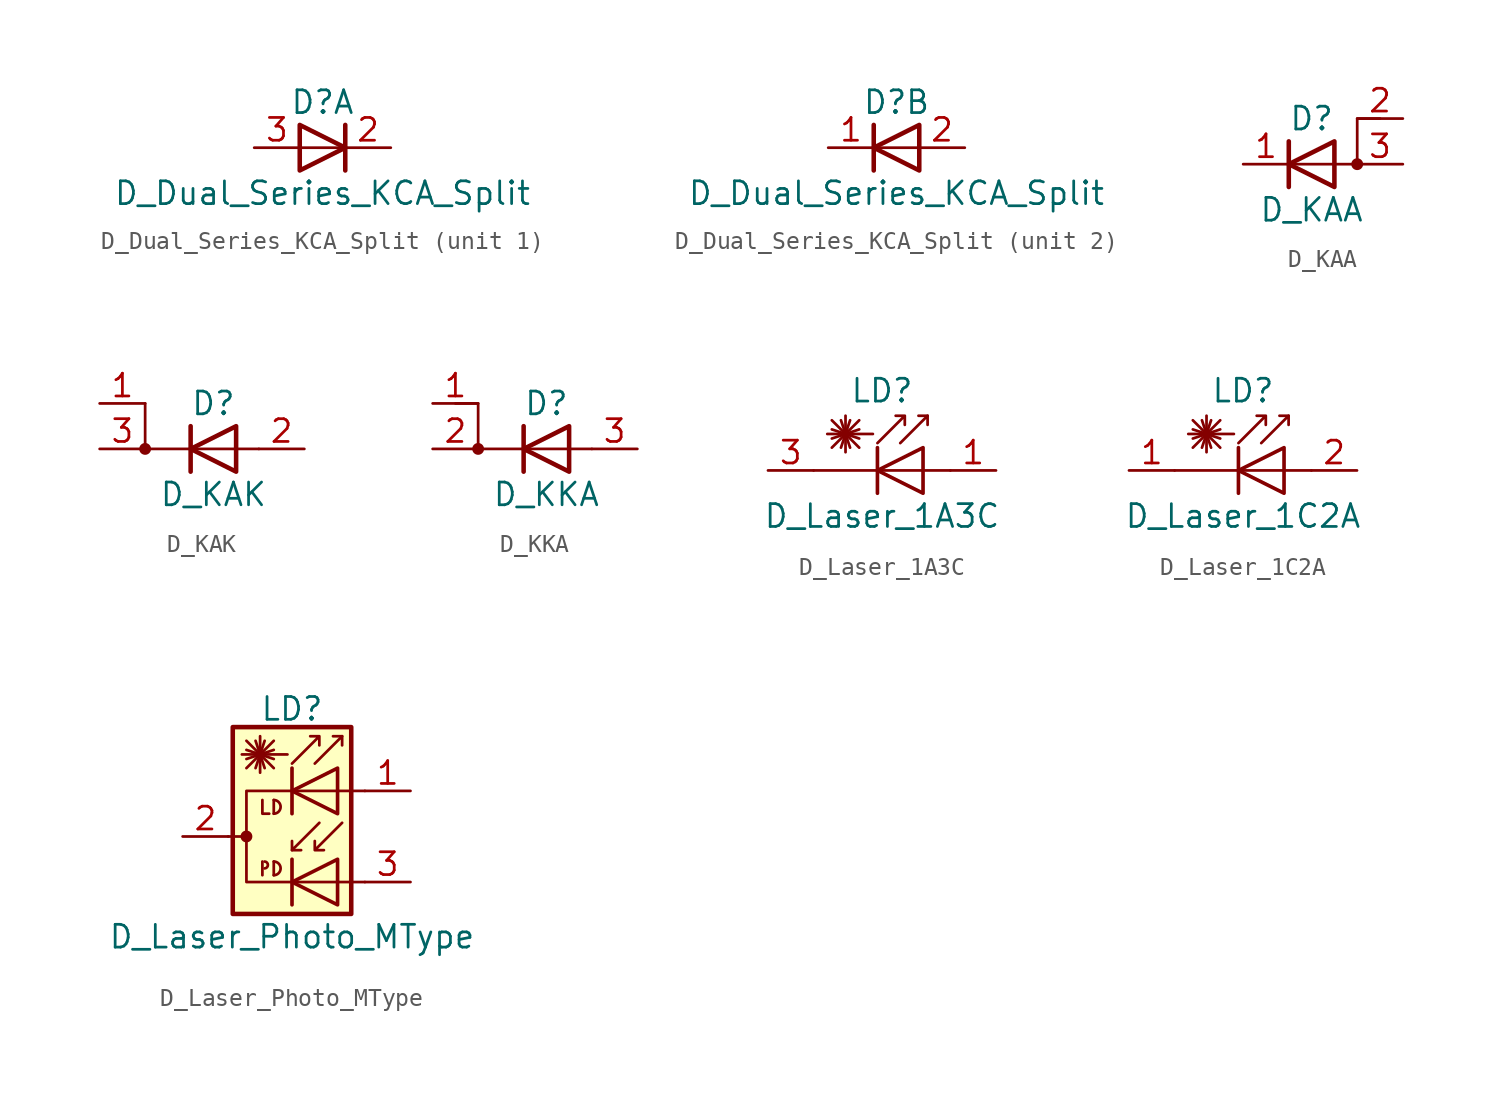
<source format=kicad_sym>
(kicad_symbol_lib
  (version 20241209)
  (generator "kicad_symbol_editor")
  (generator_version "9.0")
  (symbol "D_Dual_Series_KCA_Split"
    (pin_names
      (offset 0.762)
      (hide yes))
    (property "Reference" "D"
      (at 0 2.54 0)
      (effects (font (size 1.27 1.27))))
    (property "Value" "D_Dual_Series_KCA_Split"
      (at 0 -2.54 0)
      (effects (font (size 1.27 1.27))))
    (property "ki_locked" ""
      (at 0 0 0)
      (effects (font (size 1.27 1.27))))
    (symbol "D_Dual_Series_KCA_Split_0_1"
      (pin passive line (at 3.81 0 180) (length 2.54) (name "common" (effects (font (size 1.27 1.27)))) (number "2" (effects (font (size 1.27 1.27))))))
    (symbol "D_Dual_Series_KCA_Split_1_0"
      (polyline (pts (xy 1.27 1.27) (xy 1.27 -1.27)) (stroke (width 0.254) (type default)) (fill (type none))))
    (symbol "D_Dual_Series_KCA_Split_1_1"
      (polyline (pts (xy -1.27 1.27) (xy 1.27 0) (xy -1.27 -1.27) (xy -1.27 1.27) (xy -1.27 1.27) (xy -1.27 1.27)) (stroke (width 0.254) (type default)) (fill (type none)))
      (polyline (pts (xy 1.27 0) (xy -1.27 0)) (stroke (width 0) (type default)) (fill (type none)))
      (pin passive line (at -3.81 0 0) (length 2.54) (name "A" (effects (font (size 1.27 1.27)))) (number "3" (effects (font (size 1.27 1.27))))))
    (symbol "D_Dual_Series_KCA_Split_2_0"
      (polyline (pts (xy -1.27 1.27) (xy -1.27 -1.27)) (stroke (width 0.254) (type default)) (fill (type none))))
    (symbol "D_Dual_Series_KCA_Split_2_1"
      (polyline (pts (xy -1.27 0) (xy 1.27 0)) (stroke (width 0) (type default)) (fill (type none)))
      (polyline (pts (xy 1.27 1.27) (xy -1.27 0) (xy 1.27 -1.27) (xy 1.27 1.27) (xy 1.27 1.27) (xy 1.27 1.27)) (stroke (width 0.254) (type default)) (fill (type none)))
      (pin passive line (at -3.81 0 0) (length 2.54) (name "K" (effects (font (size 1.27 1.27)))) (number "1" (effects (font (size 1.27 1.27)))))))
  (symbol "D_KAA"
    (pin_names
      (offset 0)
      (hide yes))
    (property "Reference" "D"
      (at 0 2.54 0)
      (effects (font (size 1.27 1.27))))
    (property "Value" "D_KAA"
      (at 0 -2.54 0)
      (effects (font (size 1.27 1.27))))
    (symbol "D_KAA_0_1"
      (polyline (pts (xy -1.27 1.27) (xy -1.27 -1.27)) (stroke (width 0.254) (type default)) (fill (type none)))
      (polyline (pts (xy 1.27 1.27) (xy 1.27 -1.27) (xy -1.27 0) (xy 1.27 1.27)) (stroke (width 0.254) (type default)) (fill (type none)))
      (circle (center 2.54 0) (radius 0.254) (stroke (width 0) (type default)) (fill (type outline)))
      (polyline (pts (xy 3.81 2.54) (xy 2.54 2.54) (xy 2.54 0) (xy -1.27 0)) (stroke (width 0) (type default)) (fill (type none))))
    (symbol "D_KAA_1_1"
      (pin passive line (at -3.81 0 0) (length 2.54) (name "K" (effects (font (size 1.27 1.27)))) (number "1" (effects (font (size 1.27 1.27)))))
      (pin passive line (at 5.08 2.54 180) (length 2.54) (name "A" (effects (font (size 1.27 1.27)))) (number "2" (effects (font (size 1.27 1.27)))))
      (pin passive line (at 5.08 0 180) (length 2.54) (name "A" (effects (font (size 1.27 1.27)))) (number "3" (effects (font (size 1.27 1.27)))))))
  (symbol "D_KAK"
    (pin_names
      (offset 0)
      (hide yes))
    (property "Reference" "D"
      (at 0 2.54 0)
      (effects (font (size 1.27 1.27))))
    (property "Value" "D_KAK"
      (at 0 -2.54 0)
      (effects (font (size 1.27 1.27))))
    (symbol "D_KAK_0_1"
      (polyline (pts (xy -3.81 2.54) (xy -3.81 0) (xy 2.54 0)) (stroke (width 0) (type default)) (fill (type none)))
      (circle (center -3.81 0) (radius 0.254) (stroke (width 0) (type default)) (fill (type outline)))
      (polyline (pts (xy -1.27 1.27) (xy -1.27 -1.27)) (stroke (width 0.254) (type default)) (fill (type none)))
      (polyline (pts (xy 1.27 1.27) (xy 1.27 -1.27) (xy -1.27 0) (xy 1.27 1.27)) (stroke (width 0.254) (type default)) (fill (type none))))
    (symbol "D_KAK_1_1"
      (pin passive line (at -6.35 2.54 0) (length 2.54) (name "K" (effects (font (size 1.27 1.27)))) (number "1" (effects (font (size 1.27 1.27)))))
      (pin passive line (at -6.35 0 0) (length 2.54) (name "K" (effects (font (size 1.27 1.27)))) (number "3" (effects (font (size 1.27 1.27)))))
      (pin passive line (at 5.08 0 180) (length 2.54) (name "A" (effects (font (size 1.27 1.27)))) (number "2" (effects (font (size 1.27 1.27)))))))
  (symbol "D_KKA"
    (pin_names
      (offset 0)
      (hide yes))
    (property "Reference" "D"
      (at 0 2.54 0)
      (effects (font (size 1.27 1.27))))
    (property "Value" "D_KKA"
      (at 0 -2.54 0)
      (effects (font (size 1.27 1.27))))
    (symbol "D_KKA_0_1"
      (polyline (pts (xy -5.08 2.54) (xy -3.81 2.54) (xy -3.81 0) (xy 2.54 0)) (stroke (width 0) (type default)) (fill (type none)))
      (circle (center -3.81 0) (radius 0.254) (stroke (width 0) (type default)) (fill (type outline)))
      (polyline (pts (xy -1.27 1.27) (xy -1.27 -1.27)) (stroke (width 0.254) (type default)) (fill (type none)))
      (polyline (pts (xy 1.27 1.27) (xy 1.27 -1.27) (xy -1.27 0) (xy 1.27 1.27)) (stroke (width 0.254) (type default)) (fill (type none))))
    (symbol "D_KKA_1_1"
      (pin passive line (at -6.35 2.54 0) (length 2.54) (name "K" (effects (font (size 1.27 1.27)))) (number "1" (effects (font (size 1.27 1.27)))))
      (pin passive line (at -6.35 0 0) (length 2.54) (name "K" (effects (font (size 1.27 1.27)))) (number "2" (effects (font (size 1.27 1.27)))))
      (pin passive line (at 5.08 0 180) (length 2.54) (name "A" (effects (font (size 1.27 1.27)))) (number "3" (effects (font (size 1.27 1.27)))))))
  (symbol "D_Laser_1A3C"
    (pin_names
      (offset 1.016)
      (hide yes))
    (property "Reference" "LD"
      (at -1.27 4.445 0)
      (effects (font (size 1.27 1.27))))
    (property "Value" "D_Laser_1A3C"
      (at -1.27 -2.54 0)
      (effects (font (size 1.27 1.27))))
    (symbol "D_Laser_1A3C_0_1"
      (polyline (pts (xy -4.064 2.794) (xy -2.54 1.27)) (stroke (width 0) (type default)) (fill (type none)))
      (polyline (pts (xy -4.064 2.286) (xy -2.54 1.778)) (stroke (width 0) (type default)) (fill (type none)))
      (polyline (pts (xy -4.064 1.778) (xy -2.54 2.286)) (stroke (width 0) (type default)) (fill (type none)))
      (polyline (pts (xy -4.064 1.27) (xy -2.54 2.794)) (stroke (width 0) (type default)) (fill (type none)))
      (polyline (pts (xy -3.556 2.794) (xy -3.048 1.27)) (stroke (width 0) (type default)) (fill (type none)))
      (polyline (pts (xy -3.302 2.032) (xy -3.302 3.048)) (stroke (width 0) (type default)) (fill (type none)))
      (polyline (pts (xy -3.302 2.032) (xy -3.302 1.016)) (stroke (width 0) (type default)) (fill (type none)))
      (polyline (pts (xy -3.048 2.794) (xy -3.556 1.27)) (stroke (width 0) (type default)) (fill (type none)))
      (polyline (pts (xy -1.778 2.032) (xy -4.318 2.032)) (stroke (width 0) (type default)) (fill (type none)))
      (polyline (pts (xy -1.524 1.524) (xy 0 3.048) (xy 0 2.54) (xy 0 3.048) (xy -0.508 3.048)) (stroke (width 0) (type default)) (fill (type none)))
      (polyline (pts (xy -1.524 1.27) (xy -1.524 -1.27)) (stroke (width 0.203) (type default)) (fill (type none)))
      (polyline (pts (xy -0.254 1.524) (xy 1.27 3.048) (xy 1.27 2.54)) (stroke (width 0) (type default)) (fill (type none)))
      (polyline (pts (xy 1.016 1.27) (xy 1.016 -1.27) (xy -1.524 0) (xy 1.016 1.27)) (stroke (width 0.203) (type default)) (fill (type none)))
      (polyline (pts (xy 1.27 3.048) (xy 0.762 3.048)) (stroke (width 0) (type default)) (fill (type none)))
      (polyline (pts (xy 2.54 0) (xy -5.08 0)) (stroke (width 0) (type default)) (fill (type none))))
    (symbol "D_Laser_1A3C_1_1"
      (pin passive line (at -7.62 0 0) (length 2.54) (name "K" (effects (font (size 1.27 1.27)))) (number "3" (effects (font (size 1.27 1.27)))))
      (pin passive line (at 5.08 0 180) (length 2.54) (name "A" (effects (font (size 1.27 1.27)))) (number "1" (effects (font (size 1.27 1.27)))))))
  (symbol "D_Laser_1C2A"
    (pin_names
      (offset 1.016)
      (hide yes))
    (property "Reference" "LD"
      (at -1.27 4.445 0)
      (effects (font (size 1.27 1.27))))
    (property "Value" "D_Laser_1C2A"
      (at -1.27 -2.54 0)
      (effects (font (size 1.27 1.27))))
    (symbol "D_Laser_1C2A_0_1"
      (polyline (pts (xy -4.064 2.794) (xy -2.54 1.27)) (stroke (width 0) (type default)) (fill (type none)))
      (polyline (pts (xy -4.064 2.286) (xy -2.54 1.778)) (stroke (width 0) (type default)) (fill (type none)))
      (polyline (pts (xy -4.064 1.778) (xy -2.54 2.286)) (stroke (width 0) (type default)) (fill (type none)))
      (polyline (pts (xy -4.064 1.27) (xy -2.54 2.794)) (stroke (width 0) (type default)) (fill (type none)))
      (polyline (pts (xy -3.556 2.794) (xy -3.048 1.27)) (stroke (width 0) (type default)) (fill (type none)))
      (polyline (pts (xy -3.302 2.032) (xy -3.302 3.048)) (stroke (width 0) (type default)) (fill (type none)))
      (polyline (pts (xy -3.302 2.032) (xy -3.302 1.016)) (stroke (width 0) (type default)) (fill (type none)))
      (polyline (pts (xy -3.048 2.794) (xy -3.556 1.27)) (stroke (width 0) (type default)) (fill (type none)))
      (polyline (pts (xy -1.778 2.032) (xy -4.318 2.032)) (stroke (width 0) (type default)) (fill (type none)))
      (polyline (pts (xy -1.524 1.524) (xy 0 3.048) (xy 0 2.54) (xy 0 3.048) (xy -0.508 3.048)) (stroke (width 0) (type default)) (fill (type none)))
      (polyline (pts (xy -1.524 1.27) (xy -1.524 -1.27)) (stroke (width 0.203) (type default)) (fill (type none)))
      (polyline (pts (xy -0.254 1.524) (xy 1.27 3.048) (xy 1.27 2.54)) (stroke (width 0) (type default)) (fill (type none)))
      (polyline (pts (xy 1.016 1.27) (xy 1.016 -1.27) (xy -1.524 0) (xy 1.016 1.27)) (stroke (width 0.203) (type default)) (fill (type none)))
      (polyline (pts (xy 1.27 3.048) (xy 0.762 3.048)) (stroke (width 0) (type default)) (fill (type none)))
      (polyline (pts (xy 2.54 0) (xy -5.08 0)) (stroke (width 0) (type default)) (fill (type none))))
    (symbol "D_Laser_1C2A_1_1"
      (pin passive line (at -7.62 0 0) (length 2.54) (name "K" (effects (font (size 1.27 1.27)))) (number "1" (effects (font (size 1.27 1.27)))))
      (pin passive line (at 5.08 0 180) (length 2.54) (name "A" (effects (font (size 1.27 1.27)))) (number "2" (effects (font (size 1.27 1.27)))))))
  (symbol "D_Laser_Photo_MType"
    (pin_names
      (hide yes))
    (property "Reference" "LD"
      (at 1.016 7.112 0)
      (effects (font (size 1.27 1.27))))
    (property "Value" "D_Laser_Photo_MType"
      (at 1.016 -5.588 0)
      (effects (font (size 1.27 1.27))))
    (symbol "D_Laser_Photo_MType_0_1"
      (polyline (pts (xy -2.54 0) (xy -1.524 0)) (stroke (width 0) (type default)) (fill (type none)))
      (polyline (pts (xy -1.524 5.334) (xy 0 3.81)) (stroke (width 0) (type default)) (fill (type none)))
      (polyline (pts (xy -1.524 4.826) (xy 0 4.318)) (stroke (width 0) (type default)) (fill (type none)))
      (polyline (pts (xy -1.524 4.318) (xy 0 4.826)) (stroke (width 0) (type default)) (fill (type none)))
      (polyline (pts (xy -1.524 3.81) (xy 0 5.334)) (stroke (width 0) (type default)) (fill (type none)))
      (circle (center -1.524 0) (radius 0.254) (stroke (width 0) (type default)) (fill (type outline)))
      (polyline (pts (xy -1.016 5.334) (xy -0.508 3.81)) (stroke (width 0) (type default)) (fill (type none)))
      (polyline (pts (xy -0.762 4.572) (xy -0.762 5.588)) (stroke (width 0) (type default)) (fill (type none)))
      (polyline (pts (xy -0.762 4.572) (xy -0.762 3.556)) (stroke (width 0) (type default)) (fill (type none)))
      (polyline (pts (xy -0.635 2.032) (xy -0.635 1.27) (xy -0.254 1.27)) (stroke (width 0) (type default)) (fill (type none)))
      (polyline (pts (xy -0.635 -1.397) (xy -0.635 -2.159)) (stroke (width 0) (type default)) (fill (type none)))
      (arc (start -0.508 -1.397) (mid -0.3298 -1.5875) (end -0.508 -1.778) (stroke (width 0) (type default)) (fill (type none)))
      (polyline (pts (xy -0.508 5.334) (xy -1.016 3.81)) (stroke (width 0) (type default)) (fill (type none)))
      (arc (start 0 2.032) (mid 0.3794 1.651) (end 0 1.27) (stroke (width 0) (type default)) (fill (type none)))
      (arc (start 0 -1.397) (mid 0.3794 -1.778) (end 0 -2.159) (stroke (width 0) (type default)) (fill (type none)))
      (polyline (pts (xy 0 2.032) (xy 0 1.27)) (stroke (width 0) (type default)) (fill (type none)))
      (polyline (pts (xy 0 -1.397) (xy 0 -2.159)) (stroke (width 0) (type default)) (fill (type none)))
      (polyline (pts (xy 0.762 4.572) (xy -1.778 4.572)) (stroke (width 0) (type default)) (fill (type none)))
      (polyline (pts (xy 1.016 4.064) (xy 2.54 5.588) (xy 2.54 5.08) (xy 2.54 5.588) (xy 2.032 5.588)) (stroke (width 0) (type default)) (fill (type none)))
      (polyline (pts (xy 1.016 3.81) (xy 1.016 1.27)) (stroke (width 0.203) (type default)) (fill (type none)))
      (polyline (pts (xy 1.016 -0.762) (xy 1.524 -0.762)) (stroke (width 0) (type default)) (fill (type none)))
      (polyline (pts (xy 1.016 -1.27) (xy 1.016 -3.81)) (stroke (width 0.203) (type default)) (fill (type none)))
      (polyline (pts (xy 2.286 4.064) (xy 3.81 5.588) (xy 3.81 5.08)) (stroke (width 0) (type default)) (fill (type none)))
      (polyline (pts (xy 2.54 0.762) (xy 1.016 -0.762) (xy 1.016 -0.254)) (stroke (width 0) (type default)) (fill (type none)))
      (polyline (pts (xy 3.556 3.81) (xy 3.556 1.27) (xy 1.016 2.54) (xy 3.556 3.81)) (stroke (width 0.203) (type default)) (fill (type none)))
      (polyline (pts (xy 3.556 -1.27) (xy 3.556 -3.81) (xy 1.016 -2.54) (xy 3.556 -1.27)) (stroke (width 0.203) (type default)) (fill (type none)))
      (polyline (pts (xy 3.81 5.588) (xy 3.302 5.588)) (stroke (width 0) (type default)) (fill (type none)))
      (polyline (pts (xy 3.81 0.762) (xy 2.286 -0.762) (xy 2.286 -0.254) (xy 2.286 -0.762) (xy 2.794 -0.762)) (stroke (width 0) (type default)) (fill (type none)))
      (rectangle (start 4.318 6.096) (end -2.286 -4.318) (stroke (width 0.254) (type default)) (fill (type background)))
      (polyline (pts (xy 5.08 2.54) (xy -1.524 2.54) (xy -1.524 -2.54) (xy 5.08 -2.54)) (stroke (width 0) (type default)) (fill (type none))))
    (symbol "D_Laser_Photo_MType_1_1"
      (pin passive line (at -5.08 0 0) (length 2.54) (name "~" (effects (font (size 1.27 1.27)))) (number "2" (effects (font (size 1.27 1.27)))))
      (pin passive line (at 7.62 2.54 180) (length 2.54) (name "~" (effects (font (size 1.27 1.27)))) (number "1" (effects (font (size 1.27 1.27)))))
      (pin passive line (at 7.62 -2.54 180) (length 2.54) (name "~" (effects (font (size 1.27 1.27)))) (number "3" (effects (font (size 1.27 1.27))))))))
</source>
